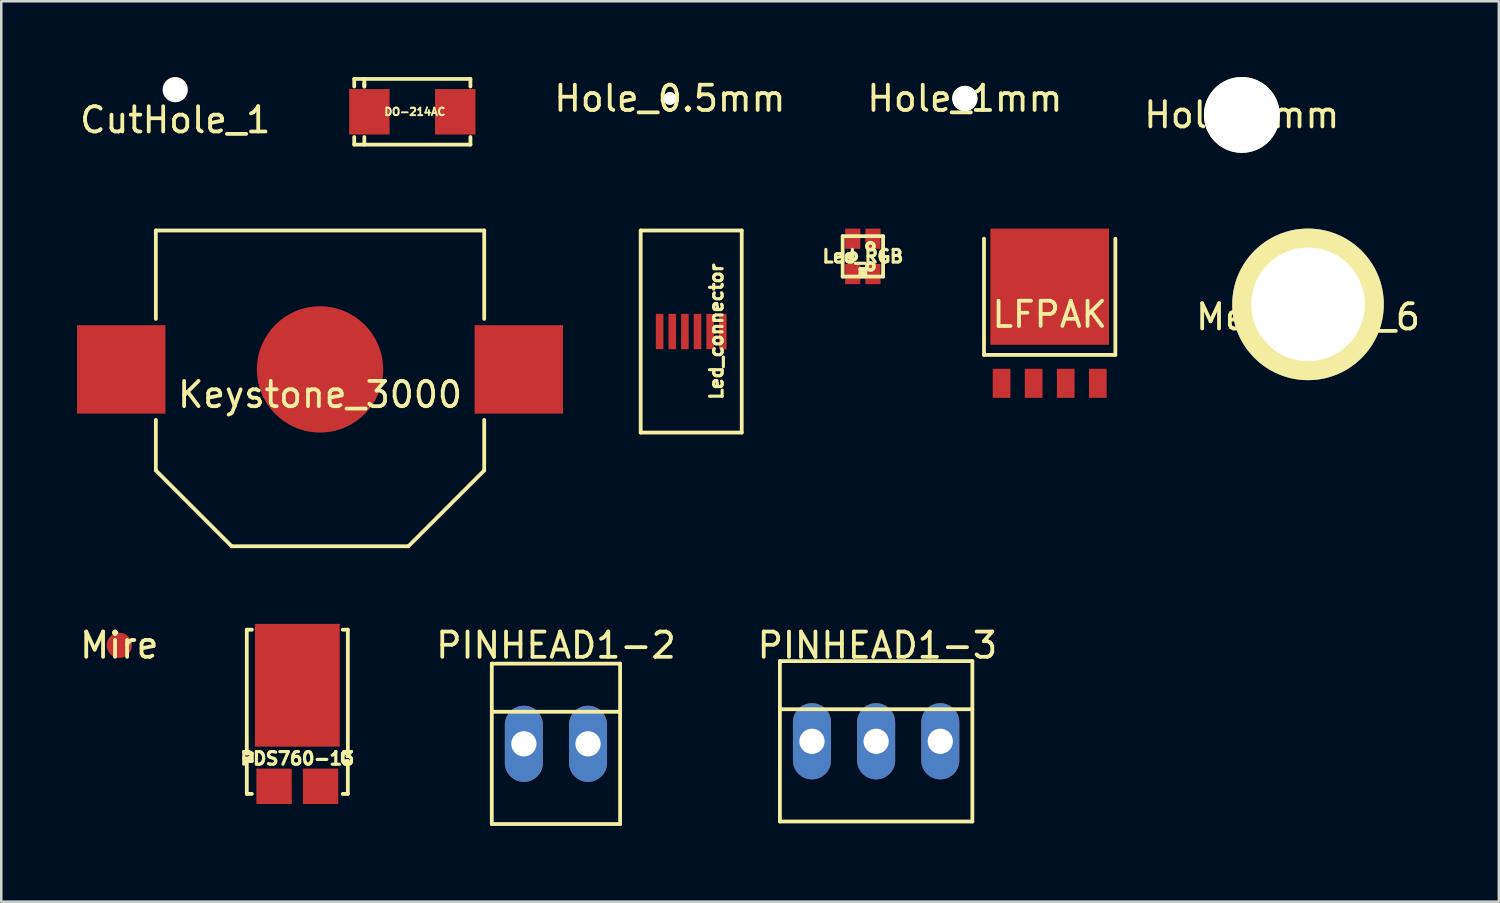
<source format=kicad_pcb>
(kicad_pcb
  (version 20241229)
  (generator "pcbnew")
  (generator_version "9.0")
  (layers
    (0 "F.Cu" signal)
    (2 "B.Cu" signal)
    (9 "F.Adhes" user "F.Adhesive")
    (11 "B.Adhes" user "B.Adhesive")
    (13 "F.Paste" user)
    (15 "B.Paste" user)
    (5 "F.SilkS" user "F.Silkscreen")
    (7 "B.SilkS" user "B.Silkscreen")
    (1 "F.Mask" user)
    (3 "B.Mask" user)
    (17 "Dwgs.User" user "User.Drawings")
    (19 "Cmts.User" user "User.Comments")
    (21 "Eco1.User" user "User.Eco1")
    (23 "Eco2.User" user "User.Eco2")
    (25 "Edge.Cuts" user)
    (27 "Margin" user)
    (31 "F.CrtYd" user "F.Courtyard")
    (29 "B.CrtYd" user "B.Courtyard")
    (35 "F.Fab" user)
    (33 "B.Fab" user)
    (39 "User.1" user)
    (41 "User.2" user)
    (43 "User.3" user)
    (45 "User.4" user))
  (footprint "DO-214AC"
    (layer "F.Cu")
    (at 13.274 1.375)
    (property "Reference" "DO-214AC" (at 0.1 0 0) (layer "F.SilkS") (effects (font (size 0.3 0.3) (thickness 0.075))))
    (attr through_hole)
    (fp_line (start -2.3 -1.3) (end -2.3 -1) (stroke (width 0.15) (type solid)) (layer "F.SilkS"))
    (fp_line (start -2.3 1) (end -2.3 1.3) (stroke (width 0.15) (type solid)) (layer "F.SilkS"))
    (fp_line (start -2.3 1.3) (end 2.3 1.3) (stroke (width 0.15) (type solid)) (layer "F.SilkS"))
    (fp_line (start -1.9 -1.3) (end -1.9 -1.1) (stroke (width 0.15) (type solid)) (layer "F.SilkS"))
    (fp_line (start -1.9 -1.1) (end -1.9 -1) (stroke (width 0.15) (type solid)) (layer "F.SilkS"))
    (fp_line (start -1.9 -1) (end -1.9 -1.1) (stroke (width 0.15) (type solid)) (layer "F.SilkS"))
    (fp_line (start -1.9 1) (end -1.9 1.3) (stroke (width 0.15) (type solid)) (layer "F.SilkS"))
    (fp_line (start 2.3 -1.3) (end -2.3 -1.3) (stroke (width 0.15) (type solid)) (layer "F.SilkS"))
    (fp_line (start 2.3 -1) (end 2.3 -1.3) (stroke (width 0.15) (type solid)) (layer "F.SilkS"))
    (fp_line (start 2.3 1.3) (end 2.3 1) (stroke (width 0.15) (type solid)) (layer "F.SilkS"))
    (pad "1" smd rect (at -1.7 0) (size 1.6 1.8) (layers "F.Cu" "F.Mask" "F.Paste"))
    (pad "2" smd rect (at 1.7 0) (size 1.6 1.8) (layers "F.Cu" "F.Mask" "F.Paste")))
  (footprint "Led_RGB"
    (layer "F.Cu")
    (at 31.111 7.1)
    (property "Reference" "Led_RGB" (at 0 0 0) (layer "F.SilkS") (effects (font (size 0.5 0.5) (thickness 0.125))))
    (attr through_hole)
    (fp_line (start -0.8 -0.8) (end -0.8 0.8) (stroke (width 0.15) (type solid)) (layer "F.SilkS"))
    (fp_line (start -0.8 0.8) (end 0.8 0.8) (stroke (width 0.15) (type solid)) (layer "F.SilkS"))
    (fp_line (start -0.1 0.5) (end 0.1 0.5) (stroke (width 0.15) (type solid)) (layer "F.SilkS"))
    (fp_line (start -0.1 0.8) (end -0.1 0.5) (stroke (width 0.15) (type solid)) (layer "F.SilkS"))
    (fp_line (start 0 0.8) (end 0 0.5) (stroke (width 0.15) (type solid)) (layer "F.SilkS"))
    (fp_line (start 0.1 0.5) (end 0.1 0.8) (stroke (width 0.15) (type solid)) (layer "F.SilkS"))
    (fp_line (start 0.8 -0.8) (end -0.8 -0.8) (stroke (width 0.15) (type solid)) (layer "F.SilkS"))
    (fp_line (start 0.8 0.8) (end 0.8 -0.8) (stroke (width 0.15) (type solid)) (layer "F.SilkS"))
    (fp_circle (center -0.4 0) (end -0.3 0.1) (stroke (width 0.15) (type solid)) (fill no) (layer "F.SilkS"))
    (fp_circle (center 0.3 -0.4) (end 0.4 -0.3) (stroke (width 0.15) (type solid)) (fill no) (layer "F.SilkS"))
    (fp_circle (center 0.3 0.4) (end 0.4 0.5) (stroke (width 0.15) (type solid)) (fill no) (layer "F.SilkS"))
    (pad "1" smd rect (at -0.4 -0.7) (size 0.6 0.8) (layers "F.Cu" "F.Mask" "F.Paste"))
    (pad "2" smd rect (at 0.4 -0.7) (size 0.6 0.8) (layers "F.Cu" "F.Mask" "F.Paste"))
    (pad "3" smd rect (at 0.4 0.7) (size 0.6 0.8) (layers "F.Cu" "F.Mask" "F.Paste"))
    (pad "4" smd rect (at -0.4 0.7) (size 0.6 0.8) (layers "F.Cu" "F.Mask" "F.Paste")))
  (footprint "Hole_1mm"
    (layer "F.Cu")
    (at 35.149 0.848)
    (property "Reference" "Hole_1mm" (at 0 0 0) (layer "F.SilkS") (effects (font (size 1 1) (thickness 0.15))))
    (attr through_hole)
    (pad "" np_thru_hole circle (at 0 0) (size 1 1) (drill 1) (layers "*.Cu" "*.Mask" "F.SilkS")))
  (footprint "Hole_3mm"
    (layer "F.Cu")
    (at 46.113 1.5)
    (property "Reference" "Hole_3mm" (at 0 0 0) (layer "F.SilkS") (effects (font (size 1 1) (thickness 0.15))))
    (attr through_hole)
    (pad "" np_thru_hole circle (at 0 0) (size 3 3) (drill 3) (layers "*.Cu" "*.Mask" "F.SilkS")))
  (footprint "Hole_0.5mm"
    (layer "F.Cu")
    (at 23.47 0.848)
    (property "Reference" "Hole_0.5mm" (at 0 0 0) (layer "F.SilkS") (effects (font (size 1 1) (thickness 0.15))))
    (attr through_hole)
    (pad "" np_thru_hole circle (at 0 0) (size 0.5 0.5) (drill 0.5) (layers "*.Cu" "*.Mask" "F.SilkS")))
  (footprint "PDS760-13"
    (layer "F.Cu")
    (at 8.721 25.08)
    (property "Reference" "PDS760-13" (at 0 1.9 0) (layer "F.SilkS") (effects (font (size 0.5 0.5) (thickness 0.125))))
    (attr through_hole)
    (fp_line (start -2 -3.2) (end -1.8 -3.2) (stroke (width 0.15) (type solid)) (layer "F.SilkS"))
    (fp_line (start -2 1.7) (end -2 -3.2) (stroke (width 0.15) (type solid)) (layer "F.SilkS"))
    (fp_line (start -2 2) (end -1.8 2) (stroke (width 0.15) (type solid)) (layer "F.SilkS"))
    (fp_line (start -2 3.3) (end -2 2) (stroke (width 0.15) (type solid)) (layer "F.SilkS"))
    (fp_line (start -1.8 1.7) (end -2 1.7) (stroke (width 0.15) (type solid)) (layer "F.SilkS"))
    (fp_line (start -1.8 2) (end -1.8 1.7) (stroke (width 0.15) (type solid)) (layer "F.SilkS"))
    (fp_line (start -1.8 3.3) (end -2 3.3) (stroke (width 0.15) (type solid)) (layer "F.SilkS"))
    (fp_line (start 1.8 -3.2) (end 2 -3.2) (stroke (width 0.15) (type solid)) (layer "F.SilkS"))
    (fp_line (start 1.8 1.7) (end 2 1.7) (stroke (width 0.15) (type solid)) (layer "F.SilkS"))
    (fp_line (start 1.8 2) (end 1.8 1.7) (stroke (width 0.15) (type solid)) (layer "F.SilkS"))
    (fp_line (start 2 1.7) (end 2 -3.2) (stroke (width 0.15) (type solid)) (layer "F.SilkS"))
    (fp_line (start 2 2) (end 1.8 2) (stroke (width 0.15) (type solid)) (layer "F.SilkS"))
    (fp_line (start 2 3.3) (end 1.8 3.3) (stroke (width 0.15) (type solid)) (layer "F.SilkS"))
    (fp_line (start 2 3.3) (end 2 2) (stroke (width 0.15) (type solid)) (layer "F.SilkS"))
    (pad "A1" smd rect (at -0.92 3) (size 1.4 1.4) (layers "F.Cu" "F.Mask" "F.Paste"))
    (pad "A2" smd rect (at 0.92 3) (size 1.4 1.4) (layers "F.Cu" "F.Mask" "F.Paste"))
    (pad "K" smd rect (at 0 -1) (size 3.36 4.86) (layers "F.Cu" "F.Mask" "F.Paste")))
  (footprint "Metal_4.5_6"
    (layer "F.Cu")
    (at 48.735 9)
    (property "Reference" "Metal_4.5_6" (at 0 0.5 0) (layer "F.SilkS") (effects (font (size 1 1) (thickness 0.15))))
    (attr through_hole)
    (pad "1" thru_hole circle (at 0 0) (size 6 6) (drill 4.5) (layers "*.Cu" "*.Mask" "F.SilkS")))
  (footprint "CutHole_1"
    (layer "F.Cu")
    (at 3.887 0.5)
    (property "Reference" "CutHole_1" (at 0 1.2 0) (layer "F.SilkS") (effects (font (size 1 1) (thickness 0.15))))
    (attr through_hole)
    (pad "" np_thru_hole circle (at 0 0) (size 1 1) (drill 1) (layers "*.Cu")))
  (footprint "PINHEAD1-2"
    (placed yes)
    (layer "F.Cu")
    (at 18.96 26.398)
    (property "Reference" "PINHEAD1-2" (at 0 -3.9 0) (layer "F.SilkS") (effects (font (size 1 1) (thickness 0.15))))
    (attr exclude_from_pos_files exclude_from_bom)
    (fp_line (start -2.54 -3.175) (end -2.54 3.175) (stroke (width 0.15) (type solid)) (layer "F.SilkS"))
    (fp_line (start -2.54 -3.175) (end 2.54 -3.175) (stroke (width 0.15) (type solid)) (layer "F.SilkS"))
    (fp_line (start 2.54 -3.175) (end 2.54 3.175) (stroke (width 0.15) (type solid)) (layer "F.SilkS"))
    (fp_line (start 2.54 -1.27) (end -2.54 -1.27) (stroke (width 0.15) (type solid)) (layer "F.SilkS"))
    (fp_line (start 2.54 3.175) (end -2.54 3.175) (stroke (width 0.15) (type solid)) (layer "F.SilkS"))
    (pad "1" thru_hole oval (at -1.27 0) (size 1.506 3.015) (drill 1) (layers "*.Cu" "*.Mask"))
    (pad "2" thru_hole oval (at 1.27 0) (size 1.506 3.015) (drill 1) (layers "*.Cu" "*.Mask")))
  (footprint "LFPAK"
    (layer "F.Cu")
    (at 38.507 9.4)
    (property "Reference" "LFPAK" (at 0 0 0) (layer "F.SilkS") (effects (font (size 1 1) (thickness 0.15))))
    (attr through_hole)
    (fp_line (start -2.6 -3) (end -2.6 1.6) (stroke (width 0.15) (type solid)) (layer "F.SilkS"))
    (fp_line (start -2.6 1.6) (end 2.6 1.6) (stroke (width 0.15) (type solid)) (layer "F.SilkS"))
    (fp_line (start 2.6 1.6) (end 2.6 -3) (stroke (width 0.15) (type solid)) (layer "F.SilkS"))
    (pad "1" smd rect (at 1.905 2.725) (size 0.7 1.15) (layers "F.Cu" "F.Mask" "F.Paste"))
    (pad "2" smd rect (at -1.905 2.725) (size 0.7 1.15) (layers "F.Cu" "F.Mask" "F.Paste"))
    (pad "2" smd rect (at -0.635 2.725) (size 0.7 1.15) (layers "F.Cu" "F.Mask" "F.Paste"))
    (pad "2" smd rect (at 0.635 2.725) (size 0.7 1.15) (layers "F.Cu" "F.Mask" "F.Paste"))
    (pad "3" smd rect (at 0 -1.1) (size 4.7 4.6) (layers "F.Cu" "F.Mask" "F.Paste")))
  (footprint "Mire"
    (layer "F.Cu")
    (at 1.673 22.498)
    (property "Reference" "Mire" (at 0 0 0) (layer "F.SilkS") (effects (font (size 1 1) (thickness 0.15))))
    (attr through_hole)
    (pad "1" smd circle (at 0 0) (size 1 1) (layers "F.Cu" "F.Mask")))
  (footprint "PINHEAD1-3"
    (placed yes)
    (layer "F.Cu")
    (at 31.636 26.298)
    (property "Reference" "PINHEAD1-3" (at 0.05 -3.8 0) (layer "F.SilkS") (effects (font (size 1 1) (thickness 0.15))))
    (attr exclude_from_pos_files exclude_from_bom)
    (fp_line (start -3.81 -3.175) (end -3.81 3.175) (stroke (width 0.15) (type solid)) (layer "F.SilkS"))
    (fp_line (start -3.81 -3.175) (end 3.81 -3.175) (stroke (width 0.15) (type solid)) (layer "F.SilkS"))
    (fp_line (start 3.81 -3.175) (end 3.81 3.175) (stroke (width 0.15) (type solid)) (layer "F.SilkS"))
    (fp_line (start 3.81 -1.27) (end -3.81 -1.27) (stroke (width 0.15) (type solid)) (layer "F.SilkS"))
    (fp_line (start 3.81 3.175) (end -3.81 3.175) (stroke (width 0.15) (type solid)) (layer "F.SilkS"))
    (pad "1" thru_hole oval (at -2.54 0) (size 1.506 3.015) (drill 1) (layers "*.Cu" "*.Mask"))
    (pad "2" thru_hole oval (at 0 0) (size 1.506 3.015) (drill 1) (layers "*.Cu" "*.Mask"))
    (pad "3" thru_hole oval (at 2.54 0) (size 1.506 3.015) (drill 1) (layers "*.Cu" "*.Mask")))
  (footprint "Led_connector"
    (layer "F.Cu")
    (at 24.315 10.075)
    (property "Reference" "Led_connector" (at 1 0 90) (layer "F.SilkS") (effects (font (size 0.5 0.5) (thickness 0.125))))
    (attr through_hole)
    (fp_line (start -2 -4) (end 2 -4) (stroke (width 0.15) (type solid)) (layer "F.SilkS"))
    (fp_line (start -2 4) (end -2 -4) (stroke (width 0.15) (type solid)) (layer "F.SilkS"))
    (fp_line (start 2 -4) (end 2 4) (stroke (width 0.15) (type solid)) (layer "F.SilkS"))
    (fp_line (start 2 4) (end -2 4) (stroke (width 0.15) (type solid)) (layer "F.SilkS"))
    (pad "1" smd rect (at -1.25 0) (size 0.3 1.4) (layers "F.Cu" "F.Mask" "F.Paste"))
    (pad "2" smd rect (at -0.75 0) (size 0.3 1.4) (layers "F.Cu" "F.Mask" "F.Paste"))
    (pad "3" smd rect (at -0.25 0) (size 0.3 1.4) (layers "F.Cu" "F.Mask" "F.Paste"))
    (pad "4" smd rect (at 0.25 0) (size 0.3 1.4) (layers "F.Cu" "F.Mask" "F.Paste"))
    (pad "5" smd rect (at 0.75 0) (size 0.3 1.4) (layers "F.Cu" "F.Mask" "F.Paste"))
    (pad "6" smd rect (at 1.25 0) (size 0.3 1.4) (layers "F.Cu" "F.Mask" "F.Paste")))
  (footprint "Keystone_3000"
    (layer "F.Cu")
    (at 9.62 11.575)
    (property "Reference" "Keystone_3000" (at 0 1 0) (layer "F.SilkS") (effects (font (size 1 1) (thickness 0.15))))
    (attr through_hole)
    (fp_line (start -6.5 -5.5) (end 6.5 -5.5) (stroke (width 0.15) (type solid)) (layer "F.SilkS"))
    (fp_line (start -6.5 -2) (end -6.5 -5.5) (stroke (width 0.15) (type solid)) (layer "F.SilkS"))
    (fp_line (start -6.5 4) (end -6.5 2) (stroke (width 0.15) (type solid)) (layer "F.SilkS"))
    (fp_line (start -6.5 4) (end -3.5 7) (stroke (width 0.15) (type solid)) (layer "F.SilkS"))
    (fp_line (start -3.5 7) (end 3.5 7) (stroke (width 0.15) (type solid)) (layer "F.SilkS"))
    (fp_line (start 3.5 7) (end 6.5 4) (stroke (width 0.15) (type solid)) (layer "F.SilkS"))
    (fp_line (start 6.5 -5.5) (end 6.5 -2) (stroke (width 0.15) (type solid)) (layer "F.SilkS"))
    (fp_line (start 6.5 4) (end 6.5 2) (stroke (width 0.15) (type solid)) (layer "F.SilkS"))
    (pad "1" smd rect (at -7.87 0) (size 3.5 3.5) (layers "F.Cu" "F.Mask" "F.Paste"))
    (pad "2" smd circle (at 0 0) (size 5 5) (layers "F.Cu" "F.Mask" "F.Paste"))
    (pad "3" smd rect (at 7.87 0) (size 3.5 3.5) (layers "F.Cu" "F.Mask" "F.Paste")))
  (gr_rect
    (start -3 -3)
    (end 56.289 32.648)
    (stroke (width 0.1) (type default))
    (fill no)
    (layer "Edge.Cuts")))
</source>
